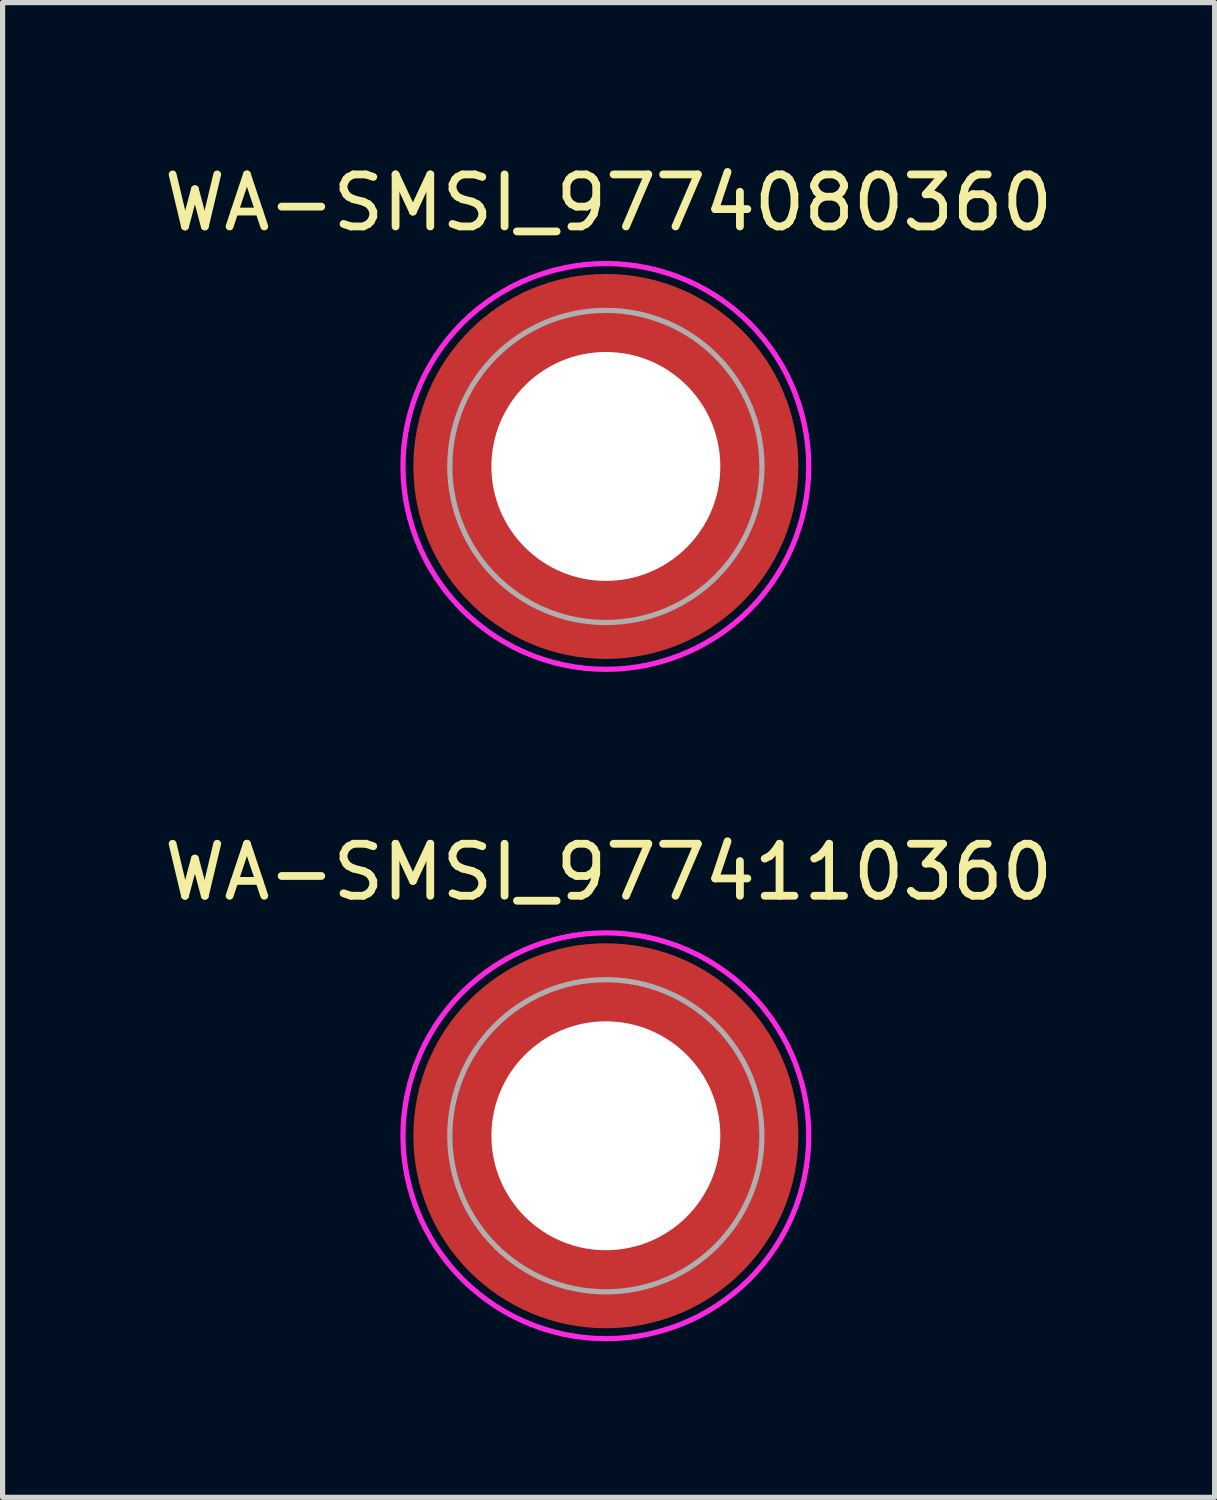
<source format=kicad_pcb>
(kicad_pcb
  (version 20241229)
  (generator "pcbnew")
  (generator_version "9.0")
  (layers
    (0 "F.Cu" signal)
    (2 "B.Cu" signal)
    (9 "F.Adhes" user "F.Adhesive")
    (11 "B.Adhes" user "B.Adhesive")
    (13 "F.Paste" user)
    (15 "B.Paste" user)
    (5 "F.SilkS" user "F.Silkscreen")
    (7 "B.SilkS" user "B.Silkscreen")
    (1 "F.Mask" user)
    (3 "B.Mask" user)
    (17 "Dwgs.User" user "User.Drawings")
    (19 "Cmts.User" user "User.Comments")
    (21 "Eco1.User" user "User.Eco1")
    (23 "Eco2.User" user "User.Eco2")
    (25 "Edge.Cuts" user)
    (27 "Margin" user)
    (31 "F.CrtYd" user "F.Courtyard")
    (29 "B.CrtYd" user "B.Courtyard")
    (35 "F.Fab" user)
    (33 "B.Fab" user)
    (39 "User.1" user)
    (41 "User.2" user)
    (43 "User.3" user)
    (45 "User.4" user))
  (footprint "WA-SMSI_9774110360"
    (layer "F.Cu")
    (at 8.596 18.782)
    (property "Reference" "WA-SMSI_9774110360" (at 0.053 -5.068 0) (layer "F.SilkS") (effects (font (size 1 1) (thickness 0.15))))
    (attr smd)
    (fp_poly (pts (xy -3.615 0.4) (xy -2.205 0.4) (xy -2.19 0.475) (xy -2.165 0.58) (xy -2.13 0.7) (xy -2.1 0.78) (xy -2.07 0.86) (xy -2.025 0.96) (xy -1.975 1.06) (xy -1.92 1.155) (xy -1.86 1.25) (xy -1.815 1.315) (xy -1.75 1.4) (xy -1.695 1.465) (xy -1.605 1.565) (xy -1.52 1.645) (xy -1.465 1.695) (xy -1.405 1.745) (xy -1.32 1.81) (xy -1.235 1.87) (xy -1.13 1.935) (xy -1.05 1.98) (xy -0.95 2.03) (xy -0.81 2.09) (xy -0.695 2.13) (xy -0.58 2.165) (xy -0.475 2.19) (xy -0.4 2.205) (xy -0.4 3.615) (xy -0.43 3.61) (xy -0.505 3.6) (xy -0.605 3.585) (xy -0.715 3.565) (xy -0.83 3.54) (xy -0.93 3.515) (xy -1.04 3.485) (xy -1.135 3.455) (xy -1.205 3.43) (xy -1.3 3.395) (xy -1.365 3.37) (xy -1.46 3.33) (xy -1.55 3.29) (xy -1.65 3.24) (xy -1.77 3.175) (xy -1.885 3.11) (xy -1.985 3.045) (xy -2.075 2.985) (xy -2.165 2.92) (xy -2.23 2.87) (xy -2.295 2.82) (xy -2.365 2.76) (xy -2.44 2.695) (xy -2.515 2.625) (xy -2.6 2.54) (xy -2.645 2.495) (xy -2.69 2.445) (xy -2.76 2.365) (xy -2.82 2.295) (xy -2.875 2.225) (xy -2.935 2.145) (xy -2.995 2.06) (xy -3.085 1.925) (xy -3.18 1.765) (xy -3.27 1.59) (xy -3.34 1.44) (xy -3.4 1.29) (xy -3.455 1.135) (xy -3.505 0.97) (xy -3.55 0.795) (xy -3.575 0.665) (xy -3.6 0.52)) (stroke (width 0.01) (type solid)) (fill yes) (layer "F.Paste"))
    (fp_poly (pts (xy -0.4 -3.615) (xy -0.4 -2.205) (xy -0.475 -2.19) (xy -0.58 -2.165) (xy -0.7 -2.13) (xy -0.78 -2.1) (xy -0.86 -2.07) (xy -0.96 -2.025) (xy -1.06 -1.975) (xy -1.155 -1.92) (xy -1.25 -1.86) (xy -1.315 -1.815) (xy -1.4 -1.75) (xy -1.465 -1.695) (xy -1.565 -1.605) (xy -1.645 -1.52) (xy -1.695 -1.465) (xy -1.745 -1.405) (xy -1.81 -1.32) (xy -1.87 -1.235) (xy -1.935 -1.13) (xy -1.98 -1.05) (xy -2.03 -0.95) (xy -2.09 -0.81) (xy -2.13 -0.695) (xy -2.165 -0.58) (xy -2.19 -0.475) (xy -2.205 -0.4) (xy -3.615 -0.4) (xy -3.61 -0.43) (xy -3.6 -0.505) (xy -3.585 -0.605) (xy -3.565 -0.715) (xy -3.54 -0.83) (xy -3.515 -0.93) (xy -3.485 -1.04) (xy -3.455 -1.135) (xy -3.43 -1.205) (xy -3.395 -1.3) (xy -3.37 -1.365) (xy -3.33 -1.46) (xy -3.29 -1.55) (xy -3.24 -1.65) (xy -3.175 -1.77) (xy -3.11 -1.885) (xy -3.045 -1.985) (xy -2.985 -2.075) (xy -2.92 -2.165) (xy -2.87 -2.23) (xy -2.82 -2.295) (xy -2.76 -2.365) (xy -2.695 -2.44) (xy -2.625 -2.515) (xy -2.54 -2.6) (xy -2.495 -2.645) (xy -2.445 -2.69) (xy -2.365 -2.76) (xy -2.295 -2.82) (xy -2.225 -2.875) (xy -2.145 -2.935) (xy -2.06 -2.995) (xy -1.925 -3.085) (xy -1.765 -3.18) (xy -1.59 -3.27) (xy -1.44 -3.34) (xy -1.29 -3.4) (xy -1.135 -3.455) (xy -0.97 -3.505) (xy -0.795 -3.55) (xy -0.665 -3.575) (xy -0.52 -3.6)) (stroke (width 0.01) (type solid)) (fill yes) (layer "F.Paste"))
    (fp_poly (pts (xy 0.4 3.615) (xy 0.4 2.205) (xy 0.475 2.19) (xy 0.58 2.165) (xy 0.7 2.13) (xy 0.78 2.1) (xy 0.86 2.07) (xy 0.96 2.025) (xy 1.06 1.975) (xy 1.155 1.92) (xy 1.25 1.86) (xy 1.315 1.815) (xy 1.4 1.75) (xy 1.465 1.695) (xy 1.565 1.605) (xy 1.645 1.52) (xy 1.695 1.465) (xy 1.745 1.405) (xy 1.81 1.32) (xy 1.87 1.235) (xy 1.935 1.13) (xy 1.98 1.05) (xy 2.03 0.95) (xy 2.09 0.81) (xy 2.13 0.695) (xy 2.165 0.58) (xy 2.19 0.475) (xy 2.205 0.4) (xy 3.615 0.4) (xy 3.61 0.43) (xy 3.6 0.505) (xy 3.585 0.605) (xy 3.565 0.715) (xy 3.54 0.83) (xy 3.515 0.93) (xy 3.485 1.04) (xy 3.455 1.135) (xy 3.43 1.205) (xy 3.395 1.3) (xy 3.37 1.365) (xy 3.33 1.46) (xy 3.29 1.55) (xy 3.24 1.65) (xy 3.175 1.77) (xy 3.11 1.885) (xy 3.045 1.985) (xy 2.985 2.075) (xy 2.92 2.165) (xy 2.87 2.23) (xy 2.82 2.295) (xy 2.76 2.365) (xy 2.695 2.44) (xy 2.625 2.515) (xy 2.54 2.6) (xy 2.495 2.645) (xy 2.445 2.69) (xy 2.365 2.76) (xy 2.295 2.82) (xy 2.225 2.875) (xy 2.145 2.935) (xy 2.06 2.995) (xy 1.925 3.085) (xy 1.765 3.18) (xy 1.59 3.27) (xy 1.44 3.34) (xy 1.29 3.4) (xy 1.135 3.455) (xy 0.97 3.505) (xy 0.795 3.55) (xy 0.665 3.575) (xy 0.52 3.6)) (stroke (width 0.01) (type solid)) (fill yes) (layer "F.Paste"))
    (fp_poly (pts (xy 3.615 -0.4) (xy 2.205 -0.4) (xy 2.19 -0.475) (xy 2.165 -0.58) (xy 2.13 -0.7) (xy 2.1 -0.78) (xy 2.07 -0.86) (xy 2.025 -0.96) (xy 1.975 -1.06) (xy 1.92 -1.155) (xy 1.86 -1.25) (xy 1.815 -1.315) (xy 1.75 -1.4) (xy 1.695 -1.465) (xy 1.605 -1.565) (xy 1.52 -1.645) (xy 1.465 -1.695) (xy 1.405 -1.745) (xy 1.32 -1.81) (xy 1.235 -1.87) (xy 1.13 -1.935) (xy 1.05 -1.98) (xy 0.95 -2.03) (xy 0.81 -2.09) (xy 0.695 -2.13) (xy 0.58 -2.165) (xy 0.475 -2.19) (xy 0.4 -2.205) (xy 0.4 -3.615) (xy 0.43 -3.61) (xy 0.505 -3.6) (xy 0.605 -3.585) (xy 0.715 -3.565) (xy 0.83 -3.54) (xy 0.93 -3.515) (xy 1.04 -3.485) (xy 1.135 -3.455) (xy 1.205 -3.43) (xy 1.3 -3.395) (xy 1.365 -3.37) (xy 1.46 -3.33) (xy 1.55 -3.29) (xy 1.65 -3.24) (xy 1.77 -3.175) (xy 1.885 -3.11) (xy 1.985 -3.045) (xy 2.075 -2.985) (xy 2.165 -2.92) (xy 2.23 -2.87) (xy 2.295 -2.82) (xy 2.365 -2.76) (xy 2.44 -2.695) (xy 2.515 -2.625) (xy 2.6 -2.54) (xy 2.645 -2.495) (xy 2.69 -2.445) (xy 2.76 -2.365) (xy 2.82 -2.295) (xy 2.875 -2.225) (xy 2.935 -2.145) (xy 2.995 -2.06) (xy 3.085 -1.925) (xy 3.18 -1.765) (xy 3.27 -1.59) (xy 3.34 -1.44) (xy 3.4 -1.29) (xy 3.455 -1.135) (xy 3.505 -0.97) (xy 3.55 -0.795) (xy 3.575 -0.665) (xy 3.6 -0.52)) (stroke (width 0.01) (type solid)) (fill yes) (layer "F.Paste"))
    (fp_poly (pts (xy 0 -3.9) (xy 0.204 -3.895) (xy 0.408 -3.879) (xy 0.61 -3.852) (xy 0.811 -3.815) (xy 1.009 -3.767) (xy 1.205 -3.709) (xy 1.398 -3.641) (xy 1.586 -3.563) (xy 1.771 -3.475) (xy 1.95 -3.377) (xy 2.124 -3.271) (xy 2.292 -3.155) (xy 2.454 -3.031) (xy 2.61 -2.898) (xy 2.758 -2.758) (xy 2.898 -2.61) (xy 3.031 -2.454) (xy 3.155 -2.292) (xy 3.271 -2.124) (xy 3.377 -1.95) (xy 3.475 -1.771) (xy 3.563 -1.586) (xy 3.641 -1.398) (xy 3.709 -1.205) (xy 3.767 -1.009) (xy 3.815 -0.811) (xy 3.852 -0.61) (xy 3.879 -0.408) (xy 3.895 -0.204) (xy 3.9 0) (xy 3.895 0.204) (xy 3.879 0.408) (xy 3.852 0.61) (xy 3.815 0.811) (xy 3.767 1.009) (xy 3.709 1.205) (xy 3.641 1.398) (xy 3.563 1.586) (xy 3.475 1.771) (xy 3.377 1.95) (xy 3.271 2.124) (xy 3.155 2.292) (xy 3.031 2.454) (xy 2.898 2.61) (xy 2.758 2.758) (xy 2.61 2.898) (xy 2.454 3.031) (xy 2.292 3.155) (xy 2.124 3.271) (xy 1.95 3.377) (xy 1.771 3.475) (xy 1.586 3.563) (xy 1.398 3.641) (xy 1.205 3.709) (xy 1.009 3.767) (xy 0.811 3.815) (xy 0.61 3.852) (xy 0.408 3.879) (xy 0.204 3.895) (xy 0 3.9) (xy -0.204 3.895) (xy -0.408 3.879) (xy -0.61 3.852) (xy -0.811 3.815) (xy -1.009 3.767) (xy -1.205 3.709) (xy -1.398 3.641) (xy -1.586 3.563) (xy -1.771 3.475) (xy -1.95 3.377) (xy -2.124 3.271) (xy -2.292 3.155) (xy -2.454 3.031) (xy -2.61 2.898) (xy -2.758 2.758) (xy -2.898 2.61) (xy -3.031 2.454) (xy -3.155 2.292) (xy -3.271 2.124) (xy -3.377 1.95) (xy -3.475 1.771) (xy -3.563 1.586) (xy -3.641 1.398) (xy -3.709 1.205) (xy -3.767 1.009) (xy -3.815 0.811) (xy -3.852 0.61) (xy -3.879 0.408) (xy -3.895 0.204) (xy -3.9 0) (xy -3.895 -0.204) (xy -3.879 -0.408) (xy -3.852 -0.61) (xy -3.815 -0.811) (xy -3.767 -1.009) (xy -3.709 -1.205) (xy -3.641 -1.398) (xy -3.563 -1.586) (xy -3.475 -1.771) (xy -3.377 -1.95) (xy -3.271 -2.124) (xy -3.155 -2.292) (xy -3.031 -2.454) (xy -2.898 -2.61) (xy -2.758 -2.758) (xy -2.61 -2.898) (xy -2.454 -3.031) (xy -2.292 -3.155) (xy -2.124 -3.271) (xy -1.95 -3.377) (xy -1.771 -3.475) (xy -1.586 -3.563) (xy -1.398 -3.641) (xy -1.205 -3.709) (xy -1.009 -3.767) (xy -0.811 -3.815) (xy -0.61 -3.852) (xy -0.408 -3.879) (xy -0.204 -3.895) (xy 0 -3.9)) (stroke (width 0.1) (type solid)) (fill no) (layer "F.CrtYd"))
    (fp_circle (center 0 0) (end 3 0) (stroke (width 0.1) (type solid)) (fill no) (layer "F.Fab"))
    (pad "" np_thru_hole circle (at 0 0) (size 4.4 4.4) (drill 4.4) (layers "*.Cu" "*.Mask"))
    (pad "1" smd circle (at 0 0) (size 7.4 7.4) (layers "F.Cu" "F.Mask")))
  (footprint "WA-SMSI_9774080360"
    (layer "F.Cu")
    (at 8.596 5.916)
    (property "Reference" "WA-SMSI_9774080360" (at 0.053 -5.068 0) (layer "F.SilkS") (effects (font (size 1 1) (thickness 0.15))))
    (attr smd)
    (fp_poly (pts (xy -3.615 0.4) (xy -2.205 0.4) (xy -2.19 0.475) (xy -2.165 0.58) (xy -2.13 0.7) (xy -2.1 0.78) (xy -2.07 0.86) (xy -2.025 0.96) (xy -1.975 1.06) (xy -1.92 1.155) (xy -1.86 1.25) (xy -1.815 1.315) (xy -1.75 1.4) (xy -1.695 1.465) (xy -1.605 1.565) (xy -1.52 1.645) (xy -1.465 1.695) (xy -1.405 1.745) (xy -1.32 1.81) (xy -1.235 1.87) (xy -1.13 1.935) (xy -1.05 1.98) (xy -0.95 2.03) (xy -0.81 2.09) (xy -0.695 2.13) (xy -0.58 2.165) (xy -0.475 2.19) (xy -0.4 2.205) (xy -0.4 3.615) (xy -0.43 3.61) (xy -0.505 3.6) (xy -0.605 3.585) (xy -0.715 3.565) (xy -0.83 3.54) (xy -0.93 3.515) (xy -1.04 3.485) (xy -1.135 3.455) (xy -1.205 3.43) (xy -1.3 3.395) (xy -1.365 3.37) (xy -1.46 3.33) (xy -1.55 3.29) (xy -1.65 3.24) (xy -1.77 3.175) (xy -1.885 3.11) (xy -1.985 3.045) (xy -2.075 2.985) (xy -2.165 2.92) (xy -2.23 2.87) (xy -2.295 2.82) (xy -2.365 2.76) (xy -2.44 2.695) (xy -2.515 2.625) (xy -2.6 2.54) (xy -2.645 2.495) (xy -2.69 2.445) (xy -2.76 2.365) (xy -2.82 2.295) (xy -2.875 2.225) (xy -2.935 2.145) (xy -2.995 2.06) (xy -3.085 1.925) (xy -3.18 1.765) (xy -3.27 1.59) (xy -3.34 1.44) (xy -3.4 1.29) (xy -3.455 1.135) (xy -3.505 0.97) (xy -3.55 0.795) (xy -3.575 0.665) (xy -3.6 0.52)) (stroke (width 0.01) (type solid)) (fill yes) (layer "F.Paste"))
    (fp_poly (pts (xy -0.4 -3.615) (xy -0.4 -2.205) (xy -0.475 -2.19) (xy -0.58 -2.165) (xy -0.7 -2.13) (xy -0.78 -2.1) (xy -0.86 -2.07) (xy -0.96 -2.025) (xy -1.06 -1.975) (xy -1.155 -1.92) (xy -1.25 -1.86) (xy -1.315 -1.815) (xy -1.4 -1.75) (xy -1.465 -1.695) (xy -1.565 -1.605) (xy -1.645 -1.52) (xy -1.695 -1.465) (xy -1.745 -1.405) (xy -1.81 -1.32) (xy -1.87 -1.235) (xy -1.935 -1.13) (xy -1.98 -1.05) (xy -2.03 -0.95) (xy -2.09 -0.81) (xy -2.13 -0.695) (xy -2.165 -0.58) (xy -2.19 -0.475) (xy -2.205 -0.4) (xy -3.615 -0.4) (xy -3.61 -0.43) (xy -3.6 -0.505) (xy -3.585 -0.605) (xy -3.565 -0.715) (xy -3.54 -0.83) (xy -3.515 -0.93) (xy -3.485 -1.04) (xy -3.455 -1.135) (xy -3.43 -1.205) (xy -3.395 -1.3) (xy -3.37 -1.365) (xy -3.33 -1.46) (xy -3.29 -1.55) (xy -3.24 -1.65) (xy -3.175 -1.77) (xy -3.11 -1.885) (xy -3.045 -1.985) (xy -2.985 -2.075) (xy -2.92 -2.165) (xy -2.87 -2.23) (xy -2.82 -2.295) (xy -2.76 -2.365) (xy -2.695 -2.44) (xy -2.625 -2.515) (xy -2.54 -2.6) (xy -2.495 -2.645) (xy -2.445 -2.69) (xy -2.365 -2.76) (xy -2.295 -2.82) (xy -2.225 -2.875) (xy -2.145 -2.935) (xy -2.06 -2.995) (xy -1.925 -3.085) (xy -1.765 -3.18) (xy -1.59 -3.27) (xy -1.44 -3.34) (xy -1.29 -3.4) (xy -1.135 -3.455) (xy -0.97 -3.505) (xy -0.795 -3.55) (xy -0.665 -3.575) (xy -0.52 -3.6)) (stroke (width 0.01) (type solid)) (fill yes) (layer "F.Paste"))
    (fp_poly (pts (xy 0.4 3.615) (xy 0.4 2.205) (xy 0.475 2.19) (xy 0.58 2.165) (xy 0.7 2.13) (xy 0.78 2.1) (xy 0.86 2.07) (xy 0.96 2.025) (xy 1.06 1.975) (xy 1.155 1.92) (xy 1.25 1.86) (xy 1.315 1.815) (xy 1.4 1.75) (xy 1.465 1.695) (xy 1.565 1.605) (xy 1.645 1.52) (xy 1.695 1.465) (xy 1.745 1.405) (xy 1.81 1.32) (xy 1.87 1.235) (xy 1.935 1.13) (xy 1.98 1.05) (xy 2.03 0.95) (xy 2.09 0.81) (xy 2.13 0.695) (xy 2.165 0.58) (xy 2.19 0.475) (xy 2.205 0.4) (xy 3.615 0.4) (xy 3.61 0.43) (xy 3.6 0.505) (xy 3.585 0.605) (xy 3.565 0.715) (xy 3.54 0.83) (xy 3.515 0.93) (xy 3.485 1.04) (xy 3.455 1.135) (xy 3.43 1.205) (xy 3.395 1.3) (xy 3.37 1.365) (xy 3.33 1.46) (xy 3.29 1.55) (xy 3.24 1.65) (xy 3.175 1.77) (xy 3.11 1.885) (xy 3.045 1.985) (xy 2.985 2.075) (xy 2.92 2.165) (xy 2.87 2.23) (xy 2.82 2.295) (xy 2.76 2.365) (xy 2.695 2.44) (xy 2.625 2.515) (xy 2.54 2.6) (xy 2.495 2.645) (xy 2.445 2.69) (xy 2.365 2.76) (xy 2.295 2.82) (xy 2.225 2.875) (xy 2.145 2.935) (xy 2.06 2.995) (xy 1.925 3.085) (xy 1.765 3.18) (xy 1.59 3.27) (xy 1.44 3.34) (xy 1.29 3.4) (xy 1.135 3.455) (xy 0.97 3.505) (xy 0.795 3.55) (xy 0.665 3.575) (xy 0.52 3.6)) (stroke (width 0.01) (type solid)) (fill yes) (layer "F.Paste"))
    (fp_poly (pts (xy 3.615 -0.4) (xy 2.205 -0.4) (xy 2.19 -0.475) (xy 2.165 -0.58) (xy 2.13 -0.7) (xy 2.1 -0.78) (xy 2.07 -0.86) (xy 2.025 -0.96) (xy 1.975 -1.06) (xy 1.92 -1.155) (xy 1.86 -1.25) (xy 1.815 -1.315) (xy 1.75 -1.4) (xy 1.695 -1.465) (xy 1.605 -1.565) (xy 1.52 -1.645) (xy 1.465 -1.695) (xy 1.405 -1.745) (xy 1.32 -1.81) (xy 1.235 -1.87) (xy 1.13 -1.935) (xy 1.05 -1.98) (xy 0.95 -2.03) (xy 0.81 -2.09) (xy 0.695 -2.13) (xy 0.58 -2.165) (xy 0.475 -2.19) (xy 0.4 -2.205) (xy 0.4 -3.615) (xy 0.43 -3.61) (xy 0.505 -3.6) (xy 0.605 -3.585) (xy 0.715 -3.565) (xy 0.83 -3.54) (xy 0.93 -3.515) (xy 1.04 -3.485) (xy 1.135 -3.455) (xy 1.205 -3.43) (xy 1.3 -3.395) (xy 1.365 -3.37) (xy 1.46 -3.33) (xy 1.55 -3.29) (xy 1.65 -3.24) (xy 1.77 -3.175) (xy 1.885 -3.11) (xy 1.985 -3.045) (xy 2.075 -2.985) (xy 2.165 -2.92) (xy 2.23 -2.87) (xy 2.295 -2.82) (xy 2.365 -2.76) (xy 2.44 -2.695) (xy 2.515 -2.625) (xy 2.6 -2.54) (xy 2.645 -2.495) (xy 2.69 -2.445) (xy 2.76 -2.365) (xy 2.82 -2.295) (xy 2.875 -2.225) (xy 2.935 -2.145) (xy 2.995 -2.06) (xy 3.085 -1.925) (xy 3.18 -1.765) (xy 3.27 -1.59) (xy 3.34 -1.44) (xy 3.4 -1.29) (xy 3.455 -1.135) (xy 3.505 -0.97) (xy 3.55 -0.795) (xy 3.575 -0.665) (xy 3.6 -0.52)) (stroke (width 0.01) (type solid)) (fill yes) (layer "F.Paste"))
    (fp_poly (pts (xy 0 -3.9) (xy 0.204 -3.895) (xy 0.408 -3.879) (xy 0.61 -3.852) (xy 0.811 -3.815) (xy 1.009 -3.767) (xy 1.205 -3.709) (xy 1.398 -3.641) (xy 1.586 -3.563) (xy 1.771 -3.475) (xy 1.95 -3.377) (xy 2.124 -3.271) (xy 2.292 -3.155) (xy 2.454 -3.031) (xy 2.61 -2.898) (xy 2.758 -2.758) (xy 2.898 -2.61) (xy 3.031 -2.454) (xy 3.155 -2.292) (xy 3.271 -2.124) (xy 3.377 -1.95) (xy 3.475 -1.771) (xy 3.563 -1.586) (xy 3.641 -1.398) (xy 3.709 -1.205) (xy 3.767 -1.009) (xy 3.815 -0.811) (xy 3.852 -0.61) (xy 3.879 -0.408) (xy 3.895 -0.204) (xy 3.9 0) (xy 3.895 0.204) (xy 3.879 0.408) (xy 3.852 0.61) (xy 3.815 0.811) (xy 3.767 1.009) (xy 3.709 1.205) (xy 3.641 1.398) (xy 3.563 1.586) (xy 3.475 1.771) (xy 3.377 1.95) (xy 3.271 2.124) (xy 3.155 2.292) (xy 3.031 2.454) (xy 2.898 2.61) (xy 2.758 2.758) (xy 2.61 2.898) (xy 2.454 3.031) (xy 2.292 3.155) (xy 2.124 3.271) (xy 1.95 3.377) (xy 1.771 3.475) (xy 1.586 3.563) (xy 1.398 3.641) (xy 1.205 3.709) (xy 1.009 3.767) (xy 0.811 3.815) (xy 0.61 3.852) (xy 0.408 3.879) (xy 0.204 3.895) (xy 0 3.9) (xy -0.204 3.895) (xy -0.408 3.879) (xy -0.61 3.852) (xy -0.811 3.815) (xy -1.009 3.767) (xy -1.205 3.709) (xy -1.398 3.641) (xy -1.586 3.563) (xy -1.771 3.475) (xy -1.95 3.377) (xy -2.124 3.271) (xy -2.292 3.155) (xy -2.454 3.031) (xy -2.61 2.898) (xy -2.758 2.758) (xy -2.898 2.61) (xy -3.031 2.454) (xy -3.155 2.292) (xy -3.271 2.124) (xy -3.377 1.95) (xy -3.475 1.771) (xy -3.563 1.586) (xy -3.641 1.398) (xy -3.709 1.205) (xy -3.767 1.009) (xy -3.815 0.811) (xy -3.852 0.61) (xy -3.879 0.408) (xy -3.895 0.204) (xy -3.9 0) (xy -3.895 -0.204) (xy -3.879 -0.408) (xy -3.852 -0.61) (xy -3.815 -0.811) (xy -3.767 -1.009) (xy -3.709 -1.205) (xy -3.641 -1.398) (xy -3.563 -1.586) (xy -3.475 -1.771) (xy -3.377 -1.95) (xy -3.271 -2.124) (xy -3.155 -2.292) (xy -3.031 -2.454) (xy -2.898 -2.61) (xy -2.758 -2.758) (xy -2.61 -2.898) (xy -2.454 -3.031) (xy -2.292 -3.155) (xy -2.124 -3.271) (xy -1.95 -3.377) (xy -1.771 -3.475) (xy -1.586 -3.563) (xy -1.398 -3.641) (xy -1.205 -3.709) (xy -1.009 -3.767) (xy -0.811 -3.815) (xy -0.61 -3.852) (xy -0.408 -3.879) (xy -0.204 -3.895) (xy 0 -3.9)) (stroke (width 0.1) (type solid)) (fill no) (layer "F.CrtYd"))
    (fp_circle (center 0 0) (end 3 0) (stroke (width 0.1) (type solid)) (fill no) (layer "F.Fab"))
    (pad "" np_thru_hole circle (at 0 0) (size 4.4 4.4) (drill 4.4) (layers "*.Cu" "*.Mask"))
    (pad "1" smd circle (at 0 0) (size 7.4 7.4) (layers "F.Cu" "F.Mask")))
  (gr_rect
    (start -3 -3)
    (end 20.298 25.732)
    (stroke (width 0.1) (type default))
    (fill no)
    (layer "Edge.Cuts")))
</source>
